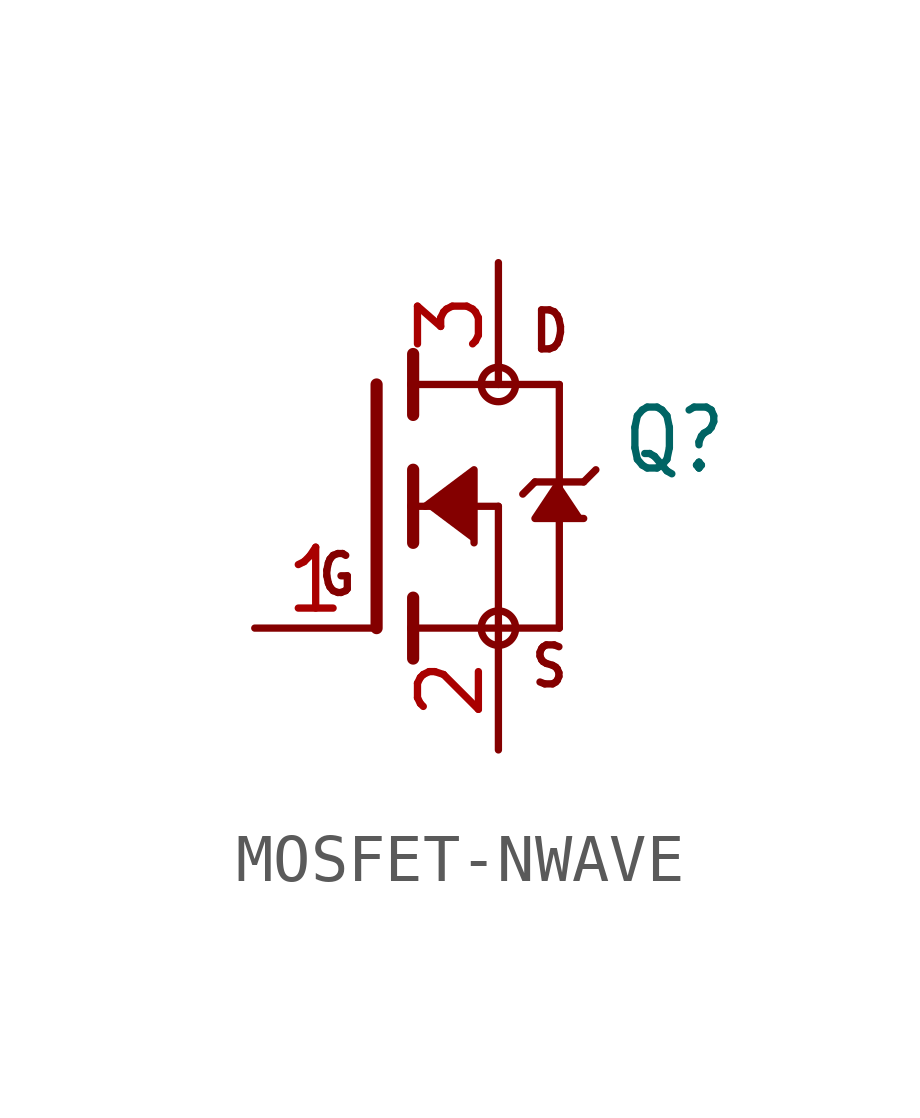
<source format=kicad_sym>
(kicad_symbol_lib
  (version 20220914)
  (generator kicad_symbol_editor)
  (symbol "MOSFET-NWAVE"
    (property "Reference" "Q"
      (at 5.08 0.635 0)
      (effects (font (size 1.27 1.079)) (justify left bottom)))
    (property "Value" ""
      (at 5.08 -1.27 0)
      (effects (font (size 1.27 1.079)) (justify left bottom)))
    (property "ki_locked" ""
      (at 0 0 0)
      (effects (font (size 1.27 1.27))))
    (symbol "MOSFET-NWAVE_1_0"
      (polyline (pts (xy 0 2.54) (xy 0 -2.54)) (stroke (width 0.254) (type solid)) (fill (type none)))
      (polyline (pts (xy 0.762 -2.54) (xy 0.762 -3.175)) (stroke (width 0.254) (type solid)) (fill (type none)))
      (polyline (pts (xy 0.762 -1.905) (xy 0.762 -2.54)) (stroke (width 0.254) (type solid)) (fill (type none)))
      (polyline (pts (xy 0.762 0) (xy 0.762 -0.762)) (stroke (width 0.254) (type solid)) (fill (type none)))
      (polyline (pts (xy 0.762 0) (xy 2.54 0)) (stroke (width 0.152) (type solid)) (fill (type none)))
      (polyline (pts (xy 0.762 0.762) (xy 0.762 0)) (stroke (width 0.254) (type solid)) (fill (type none)))
      (polyline (pts (xy 0.762 2.54) (xy 0.762 1.905)) (stroke (width 0.254) (type solid)) (fill (type none)))
      (polyline (pts (xy 0.762 2.54) (xy 3.81 2.54)) (stroke (width 0.152) (type solid)) (fill (type none)))
      (polyline (pts (xy 0.762 3.175) (xy 0.762 2.54)) (stroke (width 0.254) (type solid)) (fill (type none)))
      (polyline (pts (xy 2.54 -2.54) (xy 0.762 -2.54)) (stroke (width 0.152) (type solid)) (fill (type none)))
      (polyline (pts (xy 2.54 -2.54) (xy 3.81 -2.54)) (stroke (width 0.152) (type solid)) (fill (type none)))
      (polyline (pts (xy 2.54 0) (xy 2.54 -2.54)) (stroke (width 0.152) (type solid)) (fill (type none)))
      (polyline (pts (xy 3.302 0.508) (xy 3.048 0.254)) (stroke (width 0.152) (type solid)) (fill (type none)))
      (polyline (pts (xy 3.81 0.508) (xy 3.302 0.508)) (stroke (width 0.152) (type solid)) (fill (type none)))
      (polyline (pts (xy 3.81 0.508) (xy 3.81 -2.54)) (stroke (width 0.152) (type solid)) (fill (type none)))
      (polyline (pts (xy 3.81 2.54) (xy 3.81 0.508)) (stroke (width 0.152) (type solid)) (fill (type none)))
      (polyline (pts (xy 4.318 0.508) (xy 3.81 0.508)) (stroke (width 0.152) (type solid)) (fill (type none)))
      (polyline (pts (xy 4.572 0.762) (xy 4.318 0.508)) (stroke (width 0.152) (type solid)) (fill (type none)))
      (polyline (pts (xy 1.016 0) (xy 2.032 0.762) (xy 2.032 -0.762)) (stroke (width 0) (type default)) (fill (type outline)))
      (polyline (pts (xy 3.81 0.508) (xy 3.302 -0.254) (xy 4.318 -0.254)) (stroke (width 0) (type default)) (fill (type outline)))
      (circle (center 2.54 -2.54) (radius 0.359) (stroke (width 0) (type solid)) (fill (type none)))
      (circle (center 2.54 2.54) (radius 0.359) (stroke (width 0) (type solid)) (fill (type none)))
      (text "D" (at 3.175 3.175 0) (effects (font (size 0.813 0.691)) (justify left bottom)))
      (text "G" (at -1.27 -1.905 0) (effects (font (size 0.813 0.691)) (justify left bottom)))
      (text "S" (at 3.175 -3.81 0) (effects (font (size 0.813 0.691)) (justify left bottom)))
      (pin bidirectional line (at -2.54 -2.54 0) (length 2.54) (name "G" (effects (font (size 0 0)))) (number "1" (effects (font (size 1.27 1.27)))))
      (pin bidirectional line (at 2.54 -5.08 90) (length 2.54) (name "S" (effects (font (size 0 0)))) (number "2" (effects (font (size 1.27 1.27)))))
      (pin bidirectional line (at 2.54 5.08 270) (length 2.54) (name "D" (effects (font (size 0 0)))) (number "3" (effects (font (size 1.27 1.27))))))))
</source>
